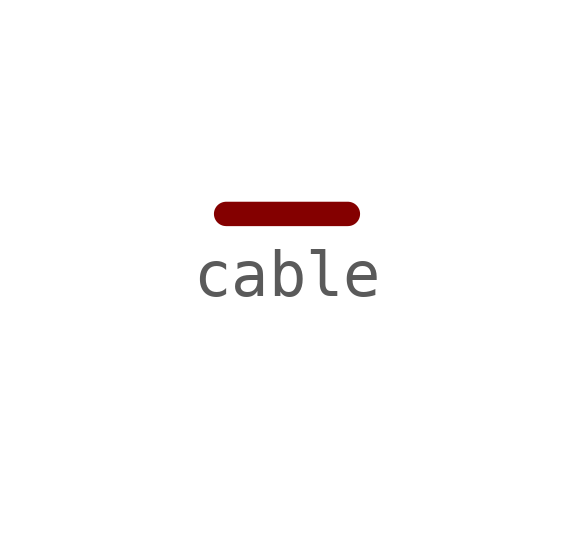
<source format=kicad_sym>
(kicad_symbol_lib
  (version 20211014)
  (generator kicad_symbol_editor)
  (symbol "cable"
    (pin_names
      (offset 1.016))
    (property "Reference" "L"
      (at 0 2.54 0)
      (effects (font (size 1.27 1.27)) (justify left) hide))
    (symbol "cable_0_1"
      (polyline (pts (xy 0 0) (xy 2.54 0)) (stroke (width 0.508) (type default) (color 0 0 0 0)) (fill (type none))))
    (symbol "cable_1_1"
      (pin input line (at 0 0 0) (length 1.778) (name "~" (effects (font (size 1.27 1.27)))) (number "~" (effects (font (size 1.143 1.143)))))
      (pin input line (at 2.54 0 180) (length 1.778) (name "~" (effects (font (size 1.27 1.27)))) (number "~" (effects (font (size 1.143 1.143))))))))
</source>
